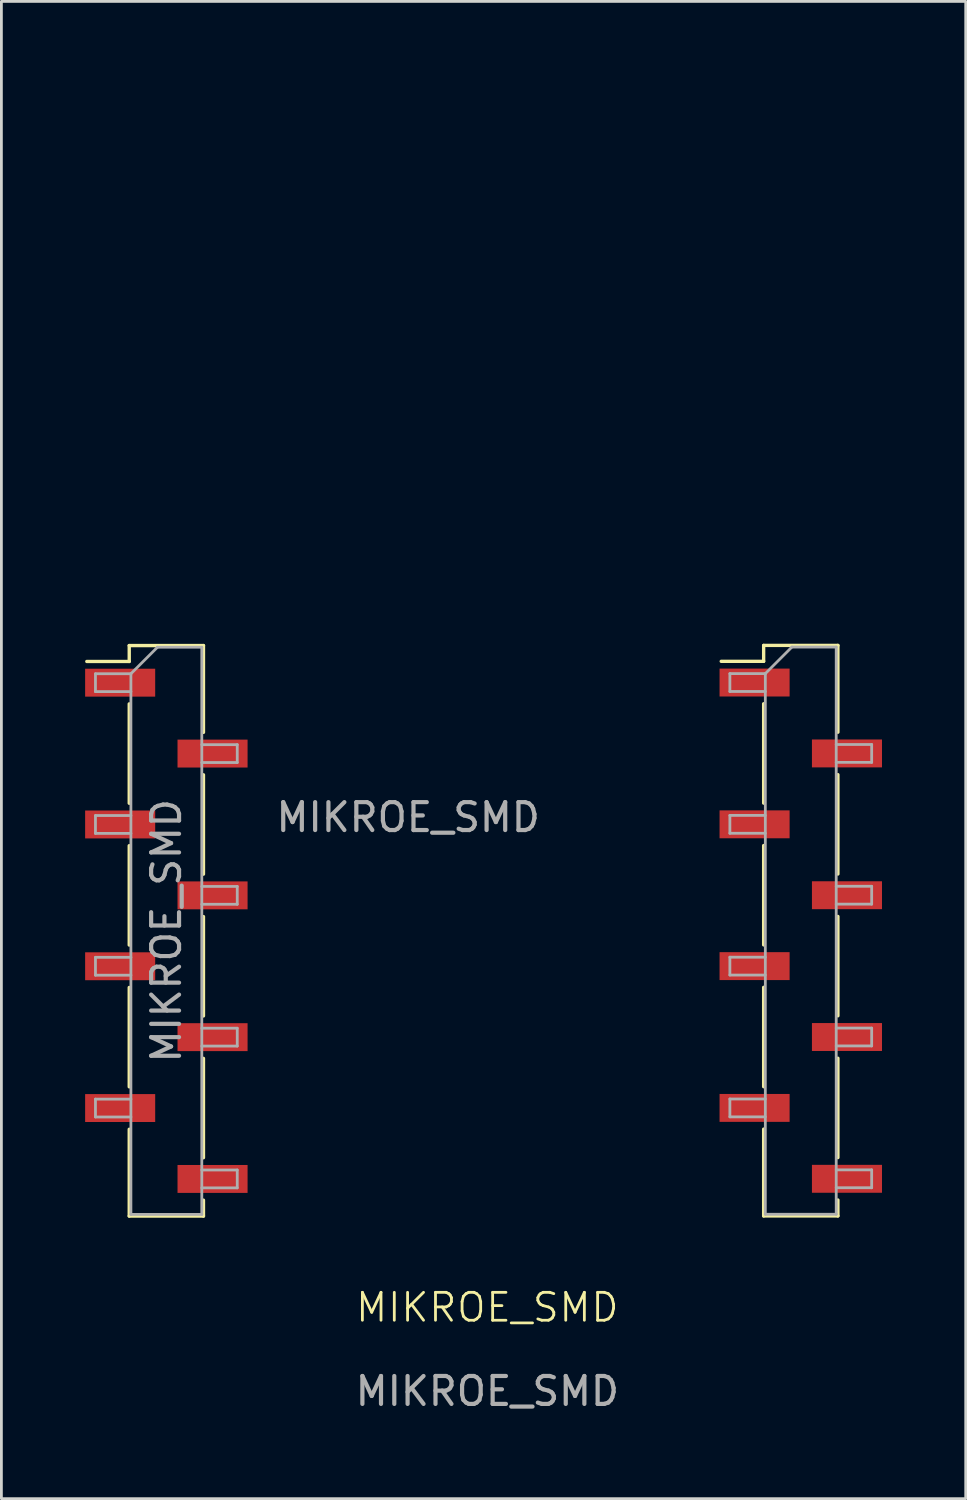
<source format=kicad_pcb>
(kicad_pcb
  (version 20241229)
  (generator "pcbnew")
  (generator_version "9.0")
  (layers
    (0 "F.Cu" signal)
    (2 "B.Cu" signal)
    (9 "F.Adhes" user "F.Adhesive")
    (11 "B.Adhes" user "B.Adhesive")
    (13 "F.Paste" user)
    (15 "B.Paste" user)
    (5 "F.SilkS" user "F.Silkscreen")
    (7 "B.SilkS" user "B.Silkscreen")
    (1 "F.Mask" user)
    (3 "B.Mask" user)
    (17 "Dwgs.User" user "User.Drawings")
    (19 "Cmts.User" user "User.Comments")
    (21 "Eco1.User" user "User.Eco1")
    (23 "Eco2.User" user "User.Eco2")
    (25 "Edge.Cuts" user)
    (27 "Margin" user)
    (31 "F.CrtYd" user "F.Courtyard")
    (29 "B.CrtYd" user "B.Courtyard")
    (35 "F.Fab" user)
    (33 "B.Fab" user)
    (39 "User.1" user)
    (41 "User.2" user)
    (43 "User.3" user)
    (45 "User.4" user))
  (footprint "MIKROE_SMD"
    (layer "F.Cu")
    (at 14.41 44.294)
    (property "Reference" "MIKROE_SMD" (at 0 -0.5 0) (unlocked yes) (layer "F.SilkS") (effects (font (size 1 1) (thickness 0.1))))
    (attr smd)
    (fp_line (start -12.83 -24.215) (end -12.83 -23.645) (stroke (width 0.12) (type solid)) (layer "F.SilkS"))
    (fp_line (start -12.83 -24.215) (end -10.17 -24.215) (stroke (width 0.12) (type solid)) (layer "F.SilkS"))
    (fp_line (start -12.83 -23.645) (end -14.35 -23.645) (stroke (width 0.12) (type solid)) (layer "F.SilkS"))
    (fp_line (start -12.83 -22.125) (end -12.83 -18.565) (stroke (width 0.12) (type solid)) (layer "F.SilkS"))
    (fp_line (start -12.83 -17.045) (end -12.83 -13.485) (stroke (width 0.12) (type solid)) (layer "F.SilkS"))
    (fp_line (start -12.83 -11.965) (end -12.83 -8.405) (stroke (width 0.12) (type solid)) (layer "F.SilkS"))
    (fp_line (start -12.83 -6.885) (end -12.83 -3.775) (stroke (width 0.12) (type solid)) (layer "F.SilkS"))
    (fp_line (start -12.83 -3.775) (end -10.17 -3.775) (stroke (width 0.12) (type solid)) (layer "F.SilkS"))
    (fp_line (start -10.17 -24.215) (end -10.17 -21.105) (stroke (width 0.12) (type solid)) (layer "F.SilkS"))
    (fp_line (start -10.17 -19.585) (end -10.17 -16.025) (stroke (width 0.12) (type solid)) (layer "F.SilkS"))
    (fp_line (start -10.17 -14.505) (end -10.17 -10.945) (stroke (width 0.12) (type solid)) (layer "F.SilkS"))
    (fp_line (start -10.17 -9.425) (end -10.17 -5.865) (stroke (width 0.12) (type solid)) (layer "F.SilkS"))
    (fp_line (start -10.17 -4.345) (end -10.17 -3.775) (stroke (width 0.12) (type solid)) (layer "F.SilkS"))
    (fp_line (start 9.9 -24.22) (end 9.9 -23.65) (stroke (width 0.12) (type solid)) (layer "F.SilkS"))
    (fp_line (start 9.9 -24.22) (end 12.56 -24.22) (stroke (width 0.12) (type solid)) (layer "F.SilkS"))
    (fp_line (start 9.9 -23.65) (end 8.38 -23.65) (stroke (width 0.12) (type solid)) (layer "F.SilkS"))
    (fp_line (start 9.9 -22.13) (end 9.9 -18.57) (stroke (width 0.12) (type solid)) (layer "F.SilkS"))
    (fp_line (start 9.9 -17.05) (end 9.9 -13.49) (stroke (width 0.12) (type solid)) (layer "F.SilkS"))
    (fp_line (start 9.9 -11.97) (end 9.9 -8.41) (stroke (width 0.12) (type solid)) (layer "F.SilkS"))
    (fp_line (start 9.9 -6.89) (end 9.9 -3.78) (stroke (width 0.12) (type solid)) (layer "F.SilkS"))
    (fp_line (start 9.9 -3.78) (end 12.56 -3.78) (stroke (width 0.12) (type solid)) (layer "F.SilkS"))
    (fp_line (start 12.56 -24.22) (end 12.56 -21.11) (stroke (width 0.12) (type solid)) (layer "F.SilkS"))
    (fp_line (start 12.56 -19.59) (end 12.56 -16.03) (stroke (width 0.12) (type solid)) (layer "F.SilkS"))
    (fp_line (start 12.56 -14.51) (end 12.56 -10.95) (stroke (width 0.12) (type solid)) (layer "F.SilkS"))
    (fp_line (start 12.56 -9.43) (end 12.56 -5.87) (stroke (width 0.12) (type solid)) (layer "F.SilkS"))
    (fp_line (start 12.56 -4.35) (end 12.56 -3.78) (stroke (width 0.12) (type solid)) (layer "F.SilkS"))
    (fp_line (start -14.04 -23.205) (end -14.04 -22.565) (stroke (width 0.1) (type solid)) (layer "F.Fab"))
    (fp_line (start -14.04 -22.565) (end -12.77 -22.565) (stroke (width 0.1) (type solid)) (layer "F.Fab"))
    (fp_line (start -14.04 -18.125) (end -14.04 -17.485) (stroke (width 0.1) (type solid)) (layer "F.Fab"))
    (fp_line (start -14.04 -17.485) (end -12.77 -17.485) (stroke (width 0.1) (type solid)) (layer "F.Fab"))
    (fp_line (start -14.04 -13.045) (end -14.04 -12.405) (stroke (width 0.1) (type solid)) (layer "F.Fab"))
    (fp_line (start -14.04 -12.405) (end -12.77 -12.405) (stroke (width 0.1) (type solid)) (layer "F.Fab"))
    (fp_line (start -14.04 -7.965) (end -14.04 -7.325) (stroke (width 0.1) (type solid)) (layer "F.Fab"))
    (fp_line (start -14.04 -7.325) (end -12.77 -7.325) (stroke (width 0.1) (type solid)) (layer "F.Fab"))
    (fp_line (start -12.77 -23.205) (end -14.04 -23.205) (stroke (width 0.1) (type solid)) (layer "F.Fab"))
    (fp_line (start -12.77 -23.205) (end -11.82 -24.155) (stroke (width 0.1) (type solid)) (layer "F.Fab"))
    (fp_line (start -12.77 -18.125) (end -14.04 -18.125) (stroke (width 0.1) (type solid)) (layer "F.Fab"))
    (fp_line (start -12.77 -13.045) (end -14.04 -13.045) (stroke (width 0.1) (type solid)) (layer "F.Fab"))
    (fp_line (start -12.77 -7.965) (end -14.04 -7.965) (stroke (width 0.1) (type solid)) (layer "F.Fab"))
    (fp_line (start -12.77 -3.835) (end -12.77 -23.205) (stroke (width 0.1) (type solid)) (layer "F.Fab"))
    (fp_line (start -11.82 -24.155) (end -10.23 -24.155) (stroke (width 0.1) (type solid)) (layer "F.Fab"))
    (fp_line (start -10.23 -24.155) (end -10.23 -3.835) (stroke (width 0.1) (type solid)) (layer "F.Fab"))
    (fp_line (start -10.23 -20.665) (end -8.96 -20.665) (stroke (width 0.1) (type solid)) (layer "F.Fab"))
    (fp_line (start -10.23 -15.585) (end -8.96 -15.585) (stroke (width 0.1) (type solid)) (layer "F.Fab"))
    (fp_line (start -10.23 -10.505) (end -8.96 -10.505) (stroke (width 0.1) (type solid)) (layer "F.Fab"))
    (fp_line (start -10.23 -5.425) (end -8.96 -5.425) (stroke (width 0.1) (type solid)) (layer "F.Fab"))
    (fp_line (start -10.23 -3.835) (end -12.77 -3.835) (stroke (width 0.1) (type solid)) (layer "F.Fab"))
    (fp_line (start -8.96 -20.665) (end -8.96 -20.025) (stroke (width 0.1) (type solid)) (layer "F.Fab"))
    (fp_line (start -8.96 -20.025) (end -10.23 -20.025) (stroke (width 0.1) (type solid)) (layer "F.Fab"))
    (fp_line (start -8.96 -15.585) (end -8.96 -14.945) (stroke (width 0.1) (type solid)) (layer "F.Fab"))
    (fp_line (start -8.96 -14.945) (end -10.23 -14.945) (stroke (width 0.1) (type solid)) (layer "F.Fab"))
    (fp_line (start -8.96 -10.505) (end -8.96 -9.865) (stroke (width 0.1) (type solid)) (layer "F.Fab"))
    (fp_line (start -8.96 -9.865) (end -10.23 -9.865) (stroke (width 0.1) (type solid)) (layer "F.Fab"))
    (fp_line (start -8.96 -5.425) (end -8.96 -4.785) (stroke (width 0.1) (type solid)) (layer "F.Fab"))
    (fp_line (start -8.96 -4.785) (end -10.23 -4.785) (stroke (width 0.1) (type solid)) (layer "F.Fab"))
    (fp_line (start 8.69 -23.21) (end 8.69 -22.57) (stroke (width 0.1) (type solid)) (layer "F.Fab"))
    (fp_line (start 8.69 -22.57) (end 9.96 -22.57) (stroke (width 0.1) (type solid)) (layer "F.Fab"))
    (fp_line (start 8.69 -18.13) (end 8.69 -17.49) (stroke (width 0.1) (type solid)) (layer "F.Fab"))
    (fp_line (start 8.69 -17.49) (end 9.96 -17.49) (stroke (width 0.1) (type solid)) (layer "F.Fab"))
    (fp_line (start 8.69 -13.05) (end 8.69 -12.41) (stroke (width 0.1) (type solid)) (layer "F.Fab"))
    (fp_line (start 8.69 -12.41) (end 9.96 -12.41) (stroke (width 0.1) (type solid)) (layer "F.Fab"))
    (fp_line (start 8.69 -7.97) (end 8.69 -7.33) (stroke (width 0.1) (type solid)) (layer "F.Fab"))
    (fp_line (start 8.69 -7.33) (end 9.96 -7.33) (stroke (width 0.1) (type solid)) (layer "F.Fab"))
    (fp_line (start 9.96 -23.21) (end 8.69 -23.21) (stroke (width 0.1) (type solid)) (layer "F.Fab"))
    (fp_line (start 9.96 -23.21) (end 10.91 -24.16) (stroke (width 0.1) (type solid)) (layer "F.Fab"))
    (fp_line (start 9.96 -18.13) (end 8.69 -18.13) (stroke (width 0.1) (type solid)) (layer "F.Fab"))
    (fp_line (start 9.96 -13.05) (end 8.69 -13.05) (stroke (width 0.1) (type solid)) (layer "F.Fab"))
    (fp_line (start 9.96 -7.97) (end 8.69 -7.97) (stroke (width 0.1) (type solid)) (layer "F.Fab"))
    (fp_line (start 9.96 -3.84) (end 9.96 -23.21) (stroke (width 0.1) (type solid)) (layer "F.Fab"))
    (fp_line (start 10.91 -24.16) (end 12.5 -24.16) (stroke (width 0.1) (type solid)) (layer "F.Fab"))
    (fp_line (start 12.5 -24.16) (end 12.5 -3.84) (stroke (width 0.1) (type solid)) (layer "F.Fab"))
    (fp_line (start 12.5 -20.67) (end 13.77 -20.67) (stroke (width 0.1) (type solid)) (layer "F.Fab"))
    (fp_line (start 12.5 -15.59) (end 13.77 -15.59) (stroke (width 0.1) (type solid)) (layer "F.Fab"))
    (fp_line (start 12.5 -10.51) (end 13.77 -10.51) (stroke (width 0.1) (type solid)) (layer "F.Fab"))
    (fp_line (start 12.5 -5.43) (end 13.77 -5.43) (stroke (width 0.1) (type solid)) (layer "F.Fab"))
    (fp_line (start 12.5 -3.84) (end 9.96 -3.84) (stroke (width 0.1) (type solid)) (layer "F.Fab"))
    (fp_line (start 13.77 -20.67) (end 13.77 -20.03) (stroke (width 0.1) (type solid)) (layer "F.Fab"))
    (fp_line (start 13.77 -20.03) (end 12.5 -20.03) (stroke (width 0.1) (type solid)) (layer "F.Fab"))
    (fp_line (start 13.77 -15.59) (end 13.77 -14.95) (stroke (width 0.1) (type solid)) (layer "F.Fab"))
    (fp_line (start 13.77 -14.95) (end 12.5 -14.95) (stroke (width 0.1) (type solid)) (layer "F.Fab"))
    (fp_line (start 13.77 -10.51) (end 13.77 -9.87) (stroke (width 0.1) (type solid)) (layer "F.Fab"))
    (fp_line (start 13.77 -9.87) (end 12.5 -9.87) (stroke (width 0.1) (type solid)) (layer "F.Fab"))
    (fp_line (start 13.77 -5.43) (end 13.77 -4.79) (stroke (width 0.1) (type solid)) (layer "F.Fab"))
    (fp_line (start 13.77 -4.79) (end 12.5 -4.79) (stroke (width 0.1) (type solid)) (layer "F.Fab"))
    (fp_line (start -12.835 -1.305) (end -12.835 -41.945) (stroke (width 0.127) (type solid)) (layer "User.1"))
    (fp_line (start -12.835 -1.305) (end 10.025 -1.305) (stroke (width 0.127) (type solid)) (layer "User.1"))
    (fp_line (start -10.549 -44.231) (end 10.279 -44.231) (stroke (width 0.127) (type solid)) (layer "User.1"))
    (fp_line (start 12.565 -3.845) (end 10.025 -1.305) (stroke (width 0.127) (type solid)) (layer "User.1"))
    (fp_line (start 12.565 -3.845) (end 12.565 -41.945) (stroke (width 0.127) (type solid)) (layer "User.1"))
    (fp_arc (start -12.835 -41.945) (mid -12.165446 -43.561446) (end -10.549 -44.231) (stroke (width 0.127) (type solid)) (layer "User.1"))
    (fp_arc (start 10.279 -44.231) (mid 11.895446 -43.561446) (end 12.565 -41.945) (stroke (width 0.127) (type solid)) (layer "User.1"))
    (fp_text user "${REFERENCE}" (at -11.5 -13.995 90) (layer "F.Fab") (effects (font (size 1 1) (thickness 0.15))))
    (fp_text user "${REFERENCE}" (at -2.836 -18.06 0) (unlocked yes) (layer "F.Fab") (effects (font (size 1 1) (thickness 0.15))))
    (fp_text user "${REFERENCE}" (at 0 2.5 0) (unlocked yes) (layer "F.Fab") (effects (font (size 1 1) (thickness 0.15))))
    (pad "1" smd rect (at -13.155 -22.885) (size 2.51 1) (layers "F.Cu" "F.Mask" "F.Paste"))
    (pad "2" smd rect (at -9.845 -20.345) (size 2.51 1) (layers "F.Cu" "F.Mask" "F.Paste"))
    (pad "3" smd rect (at -13.155 -17.805) (size 2.51 1) (layers "F.Cu" "F.Mask" "F.Paste"))
    (pad "4" smd rect (at -9.845 -15.265) (size 2.51 1) (layers "F.Cu" "F.Mask" "F.Paste"))
    (pad "5" smd rect (at -13.155 -12.725) (size 2.51 1) (layers "F.Cu" "F.Mask" "F.Paste"))
    (pad "6" smd rect (at -9.845 -10.185) (size 2.51 1) (layers "F.Cu" "F.Mask" "F.Paste"))
    (pad "7" smd rect (at -13.155 -7.645) (size 2.51 1) (layers "F.Cu" "F.Mask" "F.Paste"))
    (pad "8" smd rect (at -9.845 -5.105) (size 2.51 1) (layers "F.Cu" "F.Mask" "F.Paste"))
    (pad "9" smd rect (at 12.885 -5.11) (size 2.51 1) (layers "F.Cu" "F.Mask" "F.Paste"))
    (pad "10" smd rect (at 9.575 -7.65) (size 2.51 1) (layers "F.Cu" "F.Mask" "F.Paste"))
    (pad "11" smd rect (at 12.885 -10.19) (size 2.51 1) (layers "F.Cu" "F.Mask" "F.Paste"))
    (pad "12" smd rect (at 9.575 -12.73) (size 2.51 1) (layers "F.Cu" "F.Mask" "F.Paste"))
    (pad "13" smd rect (at 12.885 -15.27) (size 2.51 1) (layers "F.Cu" "F.Mask" "F.Paste"))
    (pad "14" smd rect (at 9.575 -17.81) (size 2.51 1) (layers "F.Cu" "F.Mask" "F.Paste"))
    (pad "15" smd rect (at 12.885 -20.35) (size 2.51 1) (layers "F.Cu" "F.Mask" "F.Paste"))
    (pad "16" smd rect (at 9.575 -22.89) (size 2.51 1) (layers "F.Cu" "F.Mask" "F.Paste")))
  (gr_rect
    (start -3 -3)
    (end 31.55 50.643)
    (stroke (width 0.1) (type default))
    (fill no)
    (layer "Edge.Cuts")))
</source>
